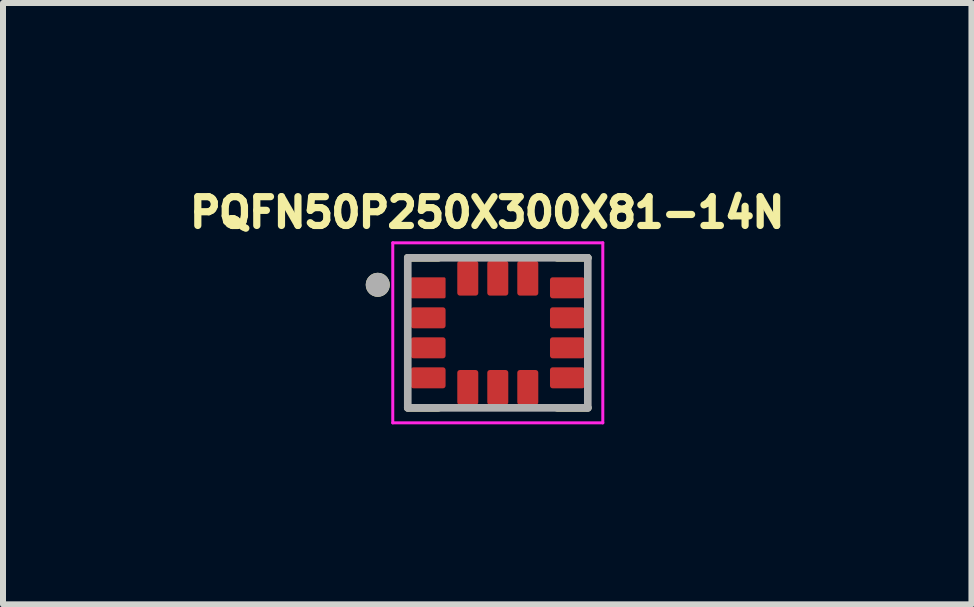
<source format=kicad_pcb>
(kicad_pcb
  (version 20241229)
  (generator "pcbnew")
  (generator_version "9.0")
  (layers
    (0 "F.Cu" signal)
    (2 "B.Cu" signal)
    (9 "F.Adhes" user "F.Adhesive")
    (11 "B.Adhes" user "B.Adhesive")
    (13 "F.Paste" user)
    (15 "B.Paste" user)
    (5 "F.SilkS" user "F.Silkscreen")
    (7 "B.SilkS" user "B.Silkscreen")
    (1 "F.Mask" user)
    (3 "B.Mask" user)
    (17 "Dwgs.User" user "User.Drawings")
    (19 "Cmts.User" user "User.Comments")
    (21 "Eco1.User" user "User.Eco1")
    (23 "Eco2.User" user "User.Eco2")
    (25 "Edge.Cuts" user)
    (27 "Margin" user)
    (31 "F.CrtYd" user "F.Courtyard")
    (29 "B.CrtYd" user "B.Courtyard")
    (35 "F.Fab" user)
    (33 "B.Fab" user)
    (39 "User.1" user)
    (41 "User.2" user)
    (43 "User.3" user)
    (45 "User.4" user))
  (footprint "PQFN50P250X300X81-14N"
    (layer "F.Cu")
    (at 5.245 2.496)
    (property "Reference" "PQFN50P250X300X81-14N" (at -0.176 -2.005 0) (layer "F.SilkS") (effects (font (size 0.48 0.48) (thickness 0.15))))
    (attr smd)
    (fp_poly (pts (xy -1.5 -0.6) (xy -1.5 -0.9) (xy -1.5 -0.904) (xy -1.5 -0.908) (xy -1.499 -0.912) (xy -1.498 -0.916) (xy -1.497 -0.919) (xy -1.496 -0.923) (xy -1.495 -0.927) (xy -1.494 -0.931) (xy -1.492 -0.934) (xy -1.49 -0.938) (xy -1.488 -0.941) (xy -1.486 -0.944) (xy -1.483 -0.947) (xy -1.481 -0.95) (xy -1.478 -0.953) (xy -1.475 -0.956) (xy -1.472 -0.958) (xy -1.469 -0.961) (xy -1.466 -0.963) (xy -1.462 -0.965) (xy -1.459 -0.967) (xy -1.456 -0.969) (xy -1.452 -0.97) (xy -1.448 -0.971) (xy -1.444 -0.972) (xy -1.441 -0.973) (xy -1.437 -0.974) (xy -1.433 -0.975) (xy -1.429 -0.975) (xy -1.425 -0.975) (xy -0.895 -0.975) (xy -0.891 -0.975) (xy -0.887 -0.975) (xy -0.883 -0.974) (xy -0.879 -0.973) (xy -0.876 -0.972) (xy -0.872 -0.971) (xy -0.868 -0.97) (xy -0.864 -0.969) (xy -0.861 -0.967) (xy -0.857 -0.965) (xy -0.854 -0.963) (xy -0.851 -0.961) (xy -0.848 -0.958) (xy -0.845 -0.956) (xy -0.842 -0.953) (xy -0.839 -0.95) (xy -0.837 -0.947) (xy -0.834 -0.944) (xy -0.832 -0.941) (xy -0.83 -0.937) (xy -0.828 -0.934) (xy -0.826 -0.931) (xy -0.825 -0.927) (xy -0.824 -0.923) (xy -0.823 -0.919) (xy -0.822 -0.916) (xy -0.821 -0.912) (xy -0.82 -0.908) (xy -0.82 -0.904) (xy -0.82 -0.9) (xy -0.82 -0.6) (xy -0.82 -0.596) (xy -0.82 -0.592) (xy -0.821 -0.588) (xy -0.822 -0.584) (xy -0.823 -0.581) (xy -0.824 -0.577) (xy -0.825 -0.573) (xy -0.826 -0.569) (xy -0.828 -0.566) (xy -0.83 -0.563) (xy -0.832 -0.559) (xy -0.834 -0.556) (xy -0.837 -0.553) (xy -0.839 -0.55) (xy -0.842 -0.547) (xy -0.845 -0.544) (xy -0.848 -0.542) (xy -0.851 -0.539) (xy -0.854 -0.537) (xy -0.857 -0.535) (xy -0.861 -0.533) (xy -0.864 -0.531) (xy -0.868 -0.53) (xy -0.872 -0.529) (xy -0.876 -0.528) (xy -0.879 -0.527) (xy -0.883 -0.526) (xy -0.887 -0.525) (xy -0.891 -0.525) (xy -0.895 -0.525) (xy -1.425 -0.525) (xy -1.429 -0.525) (xy -1.433 -0.525) (xy -1.437 -0.526) (xy -1.441 -0.527) (xy -1.444 -0.528) (xy -1.448 -0.529) (xy -1.452 -0.53) (xy -1.456 -0.531) (xy -1.459 -0.533) (xy -1.462 -0.535) (xy -1.466 -0.537) (xy -1.469 -0.539) (xy -1.472 -0.542) (xy -1.475 -0.544) (xy -1.478 -0.547) (xy -1.481 -0.55) (xy -1.483 -0.553) (xy -1.486 -0.556) (xy -1.488 -0.559) (xy -1.49 -0.563) (xy -1.492 -0.566) (xy -1.494 -0.569) (xy -1.495 -0.573) (xy -1.496 -0.577) (xy -1.497 -0.581) (xy -1.498 -0.584) (xy -1.499 -0.588) (xy -1.5 -0.592) (xy -1.5 -0.596) (xy -1.5 -0.6)) (stroke (width 0.01) (type solid)) (fill yes) (layer "F.Mask"))
    (fp_poly (pts (xy -0.895 -0.025) (xy -1.425 -0.025) (xy -1.429 -0.025) (xy -1.433 -0.025) (xy -1.437 -0.026) (xy -1.441 -0.027) (xy -1.444 -0.028) (xy -1.448 -0.029) (xy -1.452 -0.03) (xy -1.456 -0.031) (xy -1.459 -0.033) (xy -1.462 -0.035) (xy -1.466 -0.037) (xy -1.469 -0.039) (xy -1.472 -0.042) (xy -1.475 -0.044) (xy -1.478 -0.047) (xy -1.481 -0.05) (xy -1.483 -0.053) (xy -1.486 -0.056) (xy -1.488 -0.059) (xy -1.49 -0.062) (xy -1.492 -0.066) (xy -1.494 -0.069) (xy -1.495 -0.073) (xy -1.496 -0.077) (xy -1.497 -0.081) (xy -1.498 -0.084) (xy -1.499 -0.088) (xy -1.5 -0.092) (xy -1.5 -0.096) (xy -1.5 -0.1) (xy -1.5 -0.4) (xy -1.5 -0.404) (xy -1.5 -0.408) (xy -1.499 -0.412) (xy -1.498 -0.416) (xy -1.497 -0.419) (xy -1.496 -0.423) (xy -1.495 -0.427) (xy -1.494 -0.431) (xy -1.492 -0.434) (xy -1.49 -0.438) (xy -1.488 -0.441) (xy -1.486 -0.444) (xy -1.483 -0.447) (xy -1.481 -0.45) (xy -1.478 -0.453) (xy -1.475 -0.456) (xy -1.472 -0.458) (xy -1.469 -0.461) (xy -1.466 -0.463) (xy -1.462 -0.465) (xy -1.459 -0.467) (xy -1.456 -0.469) (xy -1.452 -0.47) (xy -1.448 -0.471) (xy -1.444 -0.472) (xy -1.441 -0.473) (xy -1.437 -0.474) (xy -1.433 -0.475) (xy -1.429 -0.475) (xy -1.425 -0.475) (xy -0.895 -0.475) (xy -0.891 -0.475) (xy -0.887 -0.475) (xy -0.883 -0.474) (xy -0.879 -0.473) (xy -0.876 -0.472) (xy -0.872 -0.471) (xy -0.868 -0.47) (xy -0.864 -0.469) (xy -0.861 -0.467) (xy -0.857 -0.465) (xy -0.854 -0.463) (xy -0.851 -0.461) (xy -0.848 -0.458) (xy -0.845 -0.456) (xy -0.842 -0.453) (xy -0.839 -0.45) (xy -0.837 -0.447) (xy -0.834 -0.444) (xy -0.832 -0.441) (xy -0.83 -0.437) (xy -0.828 -0.434) (xy -0.826 -0.431) (xy -0.825 -0.427) (xy -0.824 -0.423) (xy -0.823 -0.419) (xy -0.822 -0.416) (xy -0.821 -0.412) (xy -0.82 -0.408) (xy -0.82 -0.404) (xy -0.82 -0.4) (xy -0.82 -0.1) (xy -0.82 -0.096) (xy -0.82 -0.092) (xy -0.821 -0.088) (xy -0.822 -0.084) (xy -0.823 -0.081) (xy -0.824 -0.077) (xy -0.825 -0.073) (xy -0.826 -0.069) (xy -0.828 -0.066) (xy -0.83 -0.063) (xy -0.832 -0.059) (xy -0.834 -0.056) (xy -0.837 -0.053) (xy -0.839 -0.05) (xy -0.842 -0.047) (xy -0.845 -0.044) (xy -0.848 -0.042) (xy -0.851 -0.039) (xy -0.854 -0.037) (xy -0.857 -0.035) (xy -0.861 -0.033) (xy -0.864 -0.031) (xy -0.868 -0.03) (xy -0.872 -0.029) (xy -0.876 -0.028) (xy -0.879 -0.027) (xy -0.883 -0.026) (xy -0.887 -0.025) (xy -0.891 -0.025) (xy -0.895 -0.025)) (stroke (width 0.01) (type solid)) (fill yes) (layer "F.Mask"))
    (fp_poly (pts (xy -0.82 0.1) (xy -0.82 0.4) (xy -0.82 0.404) (xy -0.82 0.408) (xy -0.821 0.412) (xy -0.822 0.416) (xy -0.823 0.419) (xy -0.824 0.423) (xy -0.825 0.427) (xy -0.826 0.431) (xy -0.828 0.434) (xy -0.83 0.437) (xy -0.832 0.441) (xy -0.834 0.444) (xy -0.837 0.447) (xy -0.839 0.45) (xy -0.842 0.453) (xy -0.845 0.456) (xy -0.848 0.458) (xy -0.851 0.461) (xy -0.854 0.463) (xy -0.857 0.465) (xy -0.861 0.467) (xy -0.864 0.469) (xy -0.868 0.47) (xy -0.872 0.471) (xy -0.876 0.472) (xy -0.879 0.473) (xy -0.883 0.474) (xy -0.887 0.475) (xy -0.891 0.475) (xy -0.895 0.475) (xy -1.425 0.475) (xy -1.429 0.475) (xy -1.433 0.475) (xy -1.437 0.474) (xy -1.441 0.473) (xy -1.444 0.472) (xy -1.448 0.471) (xy -1.452 0.47) (xy -1.456 0.469) (xy -1.459 0.467) (xy -1.462 0.465) (xy -1.466 0.463) (xy -1.469 0.461) (xy -1.472 0.458) (xy -1.475 0.456) (xy -1.478 0.453) (xy -1.481 0.45) (xy -1.483 0.447) (xy -1.486 0.444) (xy -1.488 0.441) (xy -1.49 0.438) (xy -1.492 0.434) (xy -1.494 0.431) (xy -1.495 0.427) (xy -1.496 0.423) (xy -1.497 0.419) (xy -1.498 0.416) (xy -1.499 0.412) (xy -1.5 0.408) (xy -1.5 0.404) (xy -1.5 0.4) (xy -1.5 0.1) (xy -1.5 0.096) (xy -1.5 0.092) (xy -1.499 0.088) (xy -1.498 0.084) (xy -1.497 0.081) (xy -1.496 0.077) (xy -1.495 0.073) (xy -1.494 0.069) (xy -1.492 0.066) (xy -1.49 0.062) (xy -1.488 0.059) (xy -1.486 0.056) (xy -1.483 0.053) (xy -1.481 0.05) (xy -1.478 0.047) (xy -1.475 0.044) (xy -1.472 0.042) (xy -1.469 0.039) (xy -1.466 0.037) (xy -1.462 0.035) (xy -1.459 0.033) (xy -1.456 0.031) (xy -1.452 0.03) (xy -1.448 0.029) (xy -1.444 0.028) (xy -1.441 0.027) (xy -1.437 0.026) (xy -1.433 0.025) (xy -1.429 0.025) (xy -1.425 0.025) (xy -0.895 0.025) (xy -0.891 0.025) (xy -0.887 0.025) (xy -0.883 0.026) (xy -0.879 0.027) (xy -0.876 0.028) (xy -0.872 0.029) (xy -0.868 0.03) (xy -0.864 0.031) (xy -0.861 0.033) (xy -0.857 0.035) (xy -0.854 0.037) (xy -0.851 0.039) (xy -0.848 0.042) (xy -0.845 0.044) (xy -0.842 0.047) (xy -0.839 0.05) (xy -0.837 0.053) (xy -0.834 0.056) (xy -0.832 0.059) (xy -0.83 0.063) (xy -0.828 0.066) (xy -0.826 0.069) (xy -0.825 0.073) (xy -0.824 0.077) (xy -0.823 0.081) (xy -0.822 0.084) (xy -0.821 0.088) (xy -0.82 0.092) (xy -0.82 0.096) (xy -0.82 0.1)) (stroke (width 0.01) (type solid)) (fill yes) (layer "F.Mask"))
    (fp_poly (pts (xy -0.82 0.6) (xy -0.82 0.9) (xy -0.82 0.904) (xy -0.82 0.908) (xy -0.821 0.912) (xy -0.822 0.916) (xy -0.823 0.919) (xy -0.824 0.923) (xy -0.825 0.927) (xy -0.826 0.931) (xy -0.828 0.934) (xy -0.83 0.937) (xy -0.832 0.941) (xy -0.834 0.944) (xy -0.837 0.947) (xy -0.839 0.95) (xy -0.842 0.953) (xy -0.845 0.956) (xy -0.848 0.958) (xy -0.851 0.961) (xy -0.854 0.963) (xy -0.857 0.965) (xy -0.861 0.967) (xy -0.864 0.969) (xy -0.868 0.97) (xy -0.872 0.971) (xy -0.876 0.972) (xy -0.879 0.973) (xy -0.883 0.974) (xy -0.887 0.975) (xy -0.891 0.975) (xy -0.895 0.975) (xy -1.425 0.975) (xy -1.429 0.975) (xy -1.433 0.975) (xy -1.437 0.974) (xy -1.441 0.973) (xy -1.444 0.972) (xy -1.448 0.971) (xy -1.452 0.97) (xy -1.456 0.969) (xy -1.459 0.967) (xy -1.462 0.965) (xy -1.466 0.963) (xy -1.469 0.961) (xy -1.472 0.958) (xy -1.475 0.956) (xy -1.478 0.953) (xy -1.481 0.95) (xy -1.483 0.947) (xy -1.486 0.944) (xy -1.488 0.941) (xy -1.49 0.938) (xy -1.492 0.934) (xy -1.494 0.931) (xy -1.495 0.927) (xy -1.496 0.923) (xy -1.497 0.919) (xy -1.498 0.916) (xy -1.499 0.912) (xy -1.5 0.908) (xy -1.5 0.904) (xy -1.5 0.9) (xy -1.5 0.6) (xy -1.5 0.596) (xy -1.5 0.592) (xy -1.499 0.588) (xy -1.498 0.584) (xy -1.497 0.581) (xy -1.496 0.577) (xy -1.495 0.573) (xy -1.494 0.569) (xy -1.492 0.566) (xy -1.49 0.563) (xy -1.488 0.559) (xy -1.486 0.556) (xy -1.483 0.553) (xy -1.481 0.55) (xy -1.478 0.547) (xy -1.475 0.544) (xy -1.472 0.542) (xy -1.469 0.539) (xy -1.466 0.537) (xy -1.462 0.535) (xy -1.459 0.533) (xy -1.456 0.531) (xy -1.452 0.53) (xy -1.448 0.529) (xy -1.444 0.528) (xy -1.441 0.527) (xy -1.437 0.526) (xy -1.433 0.525) (xy -1.429 0.525) (xy -1.425 0.525) (xy -0.895 0.525) (xy -0.891 0.525) (xy -0.887 0.525) (xy -0.883 0.526) (xy -0.879 0.527) (xy -0.876 0.528) (xy -0.872 0.529) (xy -0.868 0.53) (xy -0.864 0.531) (xy -0.861 0.533) (xy -0.857 0.535) (xy -0.854 0.537) (xy -0.851 0.539) (xy -0.848 0.542) (xy -0.845 0.544) (xy -0.842 0.547) (xy -0.839 0.55) (xy -0.837 0.553) (xy -0.834 0.556) (xy -0.832 0.559) (xy -0.83 0.563) (xy -0.828 0.566) (xy -0.826 0.569) (xy -0.825 0.573) (xy -0.824 0.577) (xy -0.823 0.581) (xy -0.822 0.584) (xy -0.821 0.588) (xy -0.82 0.592) (xy -0.82 0.596) (xy -0.82 0.6)) (stroke (width 0.01) (type solid)) (fill yes) (layer "F.Mask"))
    (fp_poly (pts (xy -0.35 1.25) (xy -0.65 1.25) (xy -0.654 1.25) (xy -0.658 1.25) (xy -0.662 1.249) (xy -0.666 1.248) (xy -0.669 1.247) (xy -0.673 1.246) (xy -0.677 1.245) (xy -0.681 1.244) (xy -0.684 1.242) (xy -0.688 1.24) (xy -0.691 1.238) (xy -0.694 1.236) (xy -0.697 1.233) (xy -0.7 1.231) (xy -0.703 1.228) (xy -0.706 1.225) (xy -0.708 1.222) (xy -0.711 1.219) (xy -0.713 1.216) (xy -0.715 1.212) (xy -0.717 1.209) (xy -0.719 1.206) (xy -0.72 1.202) (xy -0.721 1.198) (xy -0.722 1.194) (xy -0.723 1.191) (xy -0.724 1.187) (xy -0.725 1.183) (xy -0.725 1.179) (xy -0.725 1.175) (xy -0.725 0.645) (xy -0.725 0.641) (xy -0.725 0.637) (xy -0.724 0.633) (xy -0.723 0.629) (xy -0.722 0.626) (xy -0.721 0.622) (xy -0.72 0.618) (xy -0.719 0.614) (xy -0.717 0.611) (xy -0.715 0.607) (xy -0.713 0.604) (xy -0.711 0.601) (xy -0.708 0.598) (xy -0.706 0.595) (xy -0.703 0.592) (xy -0.7 0.589) (xy -0.697 0.587) (xy -0.694 0.584) (xy -0.691 0.582) (xy -0.687 0.58) (xy -0.684 0.578) (xy -0.681 0.576) (xy -0.677 0.575) (xy -0.673 0.574) (xy -0.669 0.573) (xy -0.666 0.572) (xy -0.662 0.571) (xy -0.658 0.57) (xy -0.654 0.57) (xy -0.65 0.57) (xy -0.35 0.57) (xy -0.346 0.57) (xy -0.342 0.57) (xy -0.338 0.571) (xy -0.334 0.572) (xy -0.331 0.573) (xy -0.327 0.574) (xy -0.323 0.575) (xy -0.319 0.576) (xy -0.316 0.578) (xy -0.313 0.58) (xy -0.309 0.582) (xy -0.306 0.584) (xy -0.303 0.587) (xy -0.3 0.589) (xy -0.297 0.592) (xy -0.294 0.595) (xy -0.292 0.598) (xy -0.289 0.601) (xy -0.287 0.604) (xy -0.285 0.607) (xy -0.283 0.611) (xy -0.281 0.614) (xy -0.28 0.618) (xy -0.279 0.622) (xy -0.278 0.626) (xy -0.277 0.629) (xy -0.276 0.633) (xy -0.275 0.637) (xy -0.275 0.641) (xy -0.275 0.645) (xy -0.275 1.175) (xy -0.275 1.179) (xy -0.275 1.183) (xy -0.276 1.187) (xy -0.277 1.191) (xy -0.278 1.194) (xy -0.279 1.198) (xy -0.28 1.202) (xy -0.281 1.206) (xy -0.283 1.209) (xy -0.285 1.212) (xy -0.287 1.216) (xy -0.289 1.219) (xy -0.292 1.222) (xy -0.294 1.225) (xy -0.297 1.228) (xy -0.3 1.231) (xy -0.303 1.233) (xy -0.306 1.236) (xy -0.309 1.238) (xy -0.313 1.24) (xy -0.316 1.242) (xy -0.319 1.244) (xy -0.323 1.245) (xy -0.327 1.246) (xy -0.331 1.247) (xy -0.334 1.248) (xy -0.338 1.249) (xy -0.342 1.25) (xy -0.346 1.25) (xy -0.35 1.25)) (stroke (width 0.01) (type solid)) (fill yes) (layer "F.Mask"))
    (fp_poly (pts (xy -0.275 -1.175) (xy -0.275 -0.645) (xy -0.275 -0.641) (xy -0.275 -0.637) (xy -0.276 -0.633) (xy -0.277 -0.629) (xy -0.278 -0.626) (xy -0.279 -0.622) (xy -0.28 -0.618) (xy -0.281 -0.614) (xy -0.283 -0.611) (xy -0.285 -0.607) (xy -0.287 -0.604) (xy -0.289 -0.601) (xy -0.292 -0.598) (xy -0.294 -0.595) (xy -0.297 -0.592) (xy -0.3 -0.589) (xy -0.303 -0.587) (xy -0.306 -0.584) (xy -0.309 -0.582) (xy -0.313 -0.58) (xy -0.316 -0.578) (xy -0.319 -0.576) (xy -0.323 -0.575) (xy -0.327 -0.574) (xy -0.331 -0.573) (xy -0.334 -0.572) (xy -0.338 -0.571) (xy -0.342 -0.57) (xy -0.346 -0.57) (xy -0.35 -0.57) (xy -0.65 -0.57) (xy -0.654 -0.57) (xy -0.658 -0.57) (xy -0.662 -0.571) (xy -0.666 -0.572) (xy -0.669 -0.573) (xy -0.673 -0.574) (xy -0.677 -0.575) (xy -0.681 -0.576) (xy -0.684 -0.578) (xy -0.688 -0.58) (xy -0.691 -0.582) (xy -0.694 -0.584) (xy -0.697 -0.587) (xy -0.7 -0.589) (xy -0.703 -0.592) (xy -0.706 -0.595) (xy -0.708 -0.598) (xy -0.711 -0.601) (xy -0.713 -0.604) (xy -0.715 -0.607) (xy -0.717 -0.611) (xy -0.719 -0.614) (xy -0.72 -0.618) (xy -0.721 -0.622) (xy -0.722 -0.626) (xy -0.723 -0.629) (xy -0.724 -0.633) (xy -0.725 -0.637) (xy -0.725 -0.641) (xy -0.725 -0.645) (xy -0.725 -1.175) (xy -0.725 -1.179) (xy -0.725 -1.183) (xy -0.724 -1.187) (xy -0.723 -1.191) (xy -0.722 -1.194) (xy -0.721 -1.198) (xy -0.72 -1.202) (xy -0.719 -1.206) (xy -0.717 -1.209) (xy -0.715 -1.212) (xy -0.713 -1.216) (xy -0.711 -1.219) (xy -0.708 -1.222) (xy -0.706 -1.225) (xy -0.703 -1.228) (xy -0.7 -1.231) (xy -0.697 -1.233) (xy -0.694 -1.236) (xy -0.691 -1.238) (xy -0.688 -1.24) (xy -0.684 -1.242) (xy -0.681 -1.244) (xy -0.677 -1.245) (xy -0.673 -1.246) (xy -0.669 -1.247) (xy -0.666 -1.248) (xy -0.662 -1.249) (xy -0.658 -1.25) (xy -0.654 -1.25) (xy -0.65 -1.25) (xy -0.35 -1.25) (xy -0.346 -1.25) (xy -0.342 -1.25) (xy -0.338 -1.249) (xy -0.334 -1.248) (xy -0.331 -1.247) (xy -0.327 -1.246) (xy -0.323 -1.245) (xy -0.319 -1.244) (xy -0.316 -1.242) (xy -0.313 -1.24) (xy -0.309 -1.238) (xy -0.306 -1.236) (xy -0.303 -1.233) (xy -0.3 -1.231) (xy -0.297 -1.228) (xy -0.294 -1.225) (xy -0.292 -1.222) (xy -0.289 -1.219) (xy -0.287 -1.216) (xy -0.285 -1.212) (xy -0.283 -1.209) (xy -0.281 -1.206) (xy -0.28 -1.202) (xy -0.279 -1.198) (xy -0.278 -1.194) (xy -0.277 -1.191) (xy -0.276 -1.187) (xy -0.275 -1.183) (xy -0.275 -1.179) (xy -0.275 -1.175)) (stroke (width 0.01) (type solid)) (fill yes) (layer "F.Mask"))
    (fp_poly (pts (xy 0.15 -0.57) (xy -0.15 -0.57) (xy -0.154 -0.57) (xy -0.158 -0.57) (xy -0.162 -0.571) (xy -0.166 -0.572) (xy -0.169 -0.573) (xy -0.173 -0.574) (xy -0.177 -0.575) (xy -0.181 -0.576) (xy -0.184 -0.578) (xy -0.188 -0.58) (xy -0.191 -0.582) (xy -0.194 -0.584) (xy -0.197 -0.587) (xy -0.2 -0.589) (xy -0.203 -0.592) (xy -0.206 -0.595) (xy -0.208 -0.598) (xy -0.211 -0.601) (xy -0.213 -0.604) (xy -0.215 -0.607) (xy -0.217 -0.611) (xy -0.219 -0.614) (xy -0.22 -0.618) (xy -0.221 -0.622) (xy -0.222 -0.626) (xy -0.223 -0.629) (xy -0.224 -0.633) (xy -0.225 -0.637) (xy -0.225 -0.641) (xy -0.225 -0.645) (xy -0.225 -1.175) (xy -0.225 -1.179) (xy -0.225 -1.183) (xy -0.224 -1.187) (xy -0.223 -1.191) (xy -0.222 -1.194) (xy -0.221 -1.198) (xy -0.22 -1.202) (xy -0.219 -1.206) (xy -0.217 -1.209) (xy -0.215 -1.212) (xy -0.213 -1.216) (xy -0.211 -1.219) (xy -0.208 -1.222) (xy -0.206 -1.225) (xy -0.203 -1.228) (xy -0.2 -1.231) (xy -0.197 -1.233) (xy -0.194 -1.236) (xy -0.191 -1.238) (xy -0.188 -1.24) (xy -0.184 -1.242) (xy -0.181 -1.244) (xy -0.177 -1.245) (xy -0.173 -1.246) (xy -0.169 -1.247) (xy -0.166 -1.248) (xy -0.162 -1.249) (xy -0.158 -1.25) (xy -0.154 -1.25) (xy -0.15 -1.25) (xy 0.15 -1.25) (xy 0.154 -1.25) (xy 0.158 -1.25) (xy 0.162 -1.249) (xy 0.166 -1.248) (xy 0.169 -1.247) (xy 0.173 -1.246) (xy 0.177 -1.245) (xy 0.181 -1.244) (xy 0.184 -1.242) (xy 0.188 -1.24) (xy 0.191 -1.238) (xy 0.194 -1.236) (xy 0.197 -1.233) (xy 0.2 -1.231) (xy 0.203 -1.228) (xy 0.206 -1.225) (xy 0.208 -1.222) (xy 0.211 -1.219) (xy 0.213 -1.216) (xy 0.215 -1.212) (xy 0.217 -1.209) (xy 0.219 -1.206) (xy 0.22 -1.202) (xy 0.221 -1.198) (xy 0.222 -1.194) (xy 0.223 -1.191) (xy 0.224 -1.187) (xy 0.225 -1.183) (xy 0.225 -1.179) (xy 0.225 -1.175) (xy 0.225 -0.645) (xy 0.225 -0.641) (xy 0.225 -0.637) (xy 0.224 -0.633) (xy 0.223 -0.629) (xy 0.222 -0.626) (xy 0.221 -0.622) (xy 0.22 -0.618) (xy 0.219 -0.614) (xy 0.217 -0.611) (xy 0.215 -0.607) (xy 0.213 -0.604) (xy 0.211 -0.601) (xy 0.208 -0.598) (xy 0.206 -0.595) (xy 0.203 -0.592) (xy 0.2 -0.589) (xy 0.197 -0.587) (xy 0.194 -0.584) (xy 0.191 -0.582) (xy 0.188 -0.58) (xy 0.184 -0.578) (xy 0.181 -0.576) (xy 0.177 -0.575) (xy 0.173 -0.574) (xy 0.169 -0.573) (xy 0.166 -0.572) (xy 0.162 -0.571) (xy 0.158 -0.57) (xy 0.154 -0.57) (xy 0.15 -0.57)) (stroke (width 0.01) (type solid)) (fill yes) (layer "F.Mask"))
    (fp_poly (pts (xy 0.15 1.25) (xy -0.15 1.25) (xy -0.154 1.25) (xy -0.158 1.25) (xy -0.162 1.249) (xy -0.166 1.248) (xy -0.169 1.247) (xy -0.173 1.246) (xy -0.177 1.245) (xy -0.181 1.244) (xy -0.184 1.242) (xy -0.188 1.24) (xy -0.191 1.238) (xy -0.194 1.236) (xy -0.197 1.233) (xy -0.2 1.231) (xy -0.203 1.228) (xy -0.206 1.225) (xy -0.208 1.222) (xy -0.211 1.219) (xy -0.213 1.216) (xy -0.215 1.212) (xy -0.217 1.209) (xy -0.219 1.206) (xy -0.22 1.202) (xy -0.221 1.198) (xy -0.222 1.194) (xy -0.223 1.191) (xy -0.224 1.187) (xy -0.225 1.183) (xy -0.225 1.179) (xy -0.225 1.175) (xy -0.225 0.645) (xy -0.225 0.641) (xy -0.225 0.637) (xy -0.224 0.633) (xy -0.223 0.629) (xy -0.222 0.626) (xy -0.221 0.622) (xy -0.22 0.618) (xy -0.219 0.614) (xy -0.217 0.611) (xy -0.215 0.607) (xy -0.213 0.604) (xy -0.211 0.601) (xy -0.208 0.598) (xy -0.206 0.595) (xy -0.203 0.592) (xy -0.2 0.589) (xy -0.197 0.587) (xy -0.194 0.584) (xy -0.191 0.582) (xy -0.187 0.58) (xy -0.184 0.578) (xy -0.181 0.576) (xy -0.177 0.575) (xy -0.173 0.574) (xy -0.169 0.573) (xy -0.166 0.572) (xy -0.162 0.571) (xy -0.158 0.57) (xy -0.154 0.57) (xy -0.15 0.57) (xy 0.15 0.57) (xy 0.154 0.57) (xy 0.158 0.57) (xy 0.162 0.571) (xy 0.166 0.572) (xy 0.169 0.573) (xy 0.173 0.574) (xy 0.177 0.575) (xy 0.181 0.576) (xy 0.184 0.578) (xy 0.188 0.58) (xy 0.191 0.582) (xy 0.194 0.584) (xy 0.197 0.587) (xy 0.2 0.589) (xy 0.203 0.592) (xy 0.206 0.595) (xy 0.208 0.598) (xy 0.211 0.601) (xy 0.213 0.604) (xy 0.215 0.607) (xy 0.217 0.611) (xy 0.219 0.614) (xy 0.22 0.618) (xy 0.221 0.622) (xy 0.222 0.626) (xy 0.223 0.629) (xy 0.224 0.633) (xy 0.225 0.637) (xy 0.225 0.641) (xy 0.225 0.645) (xy 0.225 1.175) (xy 0.225 1.179) (xy 0.225 1.183) (xy 0.224 1.187) (xy 0.223 1.191) (xy 0.222 1.194) (xy 0.221 1.198) (xy 0.22 1.202) (xy 0.219 1.206) (xy 0.217 1.209) (xy 0.215 1.212) (xy 0.213 1.216) (xy 0.211 1.219) (xy 0.208 1.222) (xy 0.206 1.225) (xy 0.203 1.228) (xy 0.2 1.231) (xy 0.197 1.233) (xy 0.194 1.236) (xy 0.191 1.238) (xy 0.188 1.24) (xy 0.184 1.242) (xy 0.181 1.244) (xy 0.177 1.245) (xy 0.173 1.246) (xy 0.169 1.247) (xy 0.166 1.248) (xy 0.162 1.249) (xy 0.158 1.25) (xy 0.154 1.25) (xy 0.15 1.25)) (stroke (width 0.01) (type solid)) (fill yes) (layer "F.Mask"))
    (fp_poly (pts (xy 0.275 -0.645) (xy 0.275 -1.175) (xy 0.275 -1.179) (xy 0.275 -1.183) (xy 0.276 -1.187) (xy 0.277 -1.191) (xy 0.278 -1.194) (xy 0.279 -1.198) (xy 0.28 -1.202) (xy 0.281 -1.206) (xy 0.283 -1.209) (xy 0.285 -1.212) (xy 0.287 -1.216) (xy 0.289 -1.219) (xy 0.292 -1.222) (xy 0.294 -1.225) (xy 0.297 -1.228) (xy 0.3 -1.231) (xy 0.303 -1.233) (xy 0.306 -1.236) (xy 0.309 -1.238) (xy 0.313 -1.24) (xy 0.316 -1.242) (xy 0.319 -1.244) (xy 0.323 -1.245) (xy 0.327 -1.246) (xy 0.331 -1.247) (xy 0.334 -1.248) (xy 0.338 -1.249) (xy 0.342 -1.25) (xy 0.346 -1.25) (xy 0.35 -1.25) (xy 0.65 -1.25) (xy 0.654 -1.25) (xy 0.658 -1.25) (xy 0.662 -1.249) (xy 0.666 -1.248) (xy 0.669 -1.247) (xy 0.673 -1.246) (xy 0.677 -1.245) (xy 0.681 -1.244) (xy 0.684 -1.242) (xy 0.688 -1.24) (xy 0.691 -1.238) (xy 0.694 -1.236) (xy 0.697 -1.233) (xy 0.7 -1.231) (xy 0.703 -1.228) (xy 0.706 -1.225) (xy 0.708 -1.222) (xy 0.711 -1.219) (xy 0.713 -1.216) (xy 0.715 -1.212) (xy 0.717 -1.209) (xy 0.719 -1.206) (xy 0.72 -1.202) (xy 0.721 -1.198) (xy 0.722 -1.194) (xy 0.723 -1.191) (xy 0.724 -1.187) (xy 0.725 -1.183) (xy 0.725 -1.179) (xy 0.725 -1.175) (xy 0.725 -0.645) (xy 0.725 -0.641) (xy 0.725 -0.637) (xy 0.724 -0.633) (xy 0.723 -0.629) (xy 0.722 -0.626) (xy 0.721 -0.622) (xy 0.72 -0.618) (xy 0.719 -0.614) (xy 0.717 -0.611) (xy 0.715 -0.607) (xy 0.713 -0.604) (xy 0.711 -0.601) (xy 0.708 -0.598) (xy 0.706 -0.595) (xy 0.703 -0.592) (xy 0.7 -0.589) (xy 0.697 -0.587) (xy 0.694 -0.584) (xy 0.691 -0.582) (xy 0.687 -0.58) (xy 0.684 -0.578) (xy 0.681 -0.576) (xy 0.677 -0.575) (xy 0.673 -0.574) (xy 0.669 -0.573) (xy 0.666 -0.572) (xy 0.662 -0.571) (xy 0.658 -0.57) (xy 0.654 -0.57) (xy 0.65 -0.57) (xy 0.35 -0.57) (xy 0.346 -0.57) (xy 0.342 -0.57) (xy 0.338 -0.571) (xy 0.334 -0.572) (xy 0.331 -0.573) (xy 0.327 -0.574) (xy 0.323 -0.575) (xy 0.319 -0.576) (xy 0.316 -0.578) (xy 0.313 -0.58) (xy 0.309 -0.582) (xy 0.306 -0.584) (xy 0.303 -0.587) (xy 0.3 -0.589) (xy 0.297 -0.592) (xy 0.294 -0.595) (xy 0.292 -0.598) (xy 0.289 -0.601) (xy 0.287 -0.604) (xy 0.285 -0.607) (xy 0.283 -0.611) (xy 0.281 -0.614) (xy 0.28 -0.618) (xy 0.279 -0.622) (xy 0.278 -0.626) (xy 0.277 -0.629) (xy 0.276 -0.633) (xy 0.275 -0.637) (xy 0.275 -0.641) (xy 0.275 -0.645)) (stroke (width 0.01) (type solid)) (fill yes) (layer "F.Mask"))
    (fp_poly (pts (xy 0.65 1.25) (xy 0.35 1.25) (xy 0.346 1.25) (xy 0.342 1.25) (xy 0.338 1.249) (xy 0.334 1.248) (xy 0.331 1.247) (xy 0.327 1.246) (xy 0.323 1.245) (xy 0.319 1.244) (xy 0.316 1.242) (xy 0.313 1.24) (xy 0.309 1.238) (xy 0.306 1.236) (xy 0.303 1.233) (xy 0.3 1.231) (xy 0.297 1.228) (xy 0.294 1.225) (xy 0.292 1.222) (xy 0.289 1.219) (xy 0.287 1.216) (xy 0.285 1.212) (xy 0.283 1.209) (xy 0.281 1.206) (xy 0.28 1.202) (xy 0.279 1.198) (xy 0.278 1.194) (xy 0.277 1.191) (xy 0.276 1.187) (xy 0.275 1.183) (xy 0.275 1.179) (xy 0.275 1.175) (xy 0.275 0.645) (xy 0.275 0.641) (xy 0.275 0.637) (xy 0.276 0.633) (xy 0.277 0.629) (xy 0.278 0.626) (xy 0.279 0.622) (xy 0.28 0.618) (xy 0.281 0.614) (xy 0.283 0.611) (xy 0.285 0.607) (xy 0.287 0.604) (xy 0.289 0.601) (xy 0.292 0.598) (xy 0.294 0.595) (xy 0.297 0.592) (xy 0.3 0.589) (xy 0.303 0.587) (xy 0.306 0.584) (xy 0.309 0.582) (xy 0.313 0.58) (xy 0.316 0.578) (xy 0.319 0.576) (xy 0.323 0.575) (xy 0.327 0.574) (xy 0.331 0.573) (xy 0.334 0.572) (xy 0.338 0.571) (xy 0.342 0.57) (xy 0.346 0.57) (xy 0.35 0.57) (xy 0.65 0.57) (xy 0.654 0.57) (xy 0.658 0.57) (xy 0.662 0.571) (xy 0.666 0.572) (xy 0.669 0.573) (xy 0.673 0.574) (xy 0.677 0.575) (xy 0.681 0.576) (xy 0.684 0.578) (xy 0.687 0.58) (xy 0.691 0.582) (xy 0.694 0.584) (xy 0.697 0.587) (xy 0.7 0.589) (xy 0.703 0.592) (xy 0.706 0.595) (xy 0.708 0.598) (xy 0.711 0.601) (xy 0.713 0.604) (xy 0.715 0.607) (xy 0.717 0.611) (xy 0.719 0.614) (xy 0.72 0.618) (xy 0.721 0.622) (xy 0.722 0.626) (xy 0.723 0.629) (xy 0.724 0.633) (xy 0.725 0.637) (xy 0.725 0.641) (xy 0.725 0.645) (xy 0.725 1.175) (xy 0.725 1.179) (xy 0.725 1.183) (xy 0.724 1.187) (xy 0.723 1.191) (xy 0.722 1.194) (xy 0.721 1.198) (xy 0.72 1.202) (xy 0.719 1.206) (xy 0.717 1.209) (xy 0.715 1.212) (xy 0.713 1.216) (xy 0.711 1.219) (xy 0.708 1.222) (xy 0.706 1.225) (xy 0.703 1.228) (xy 0.7 1.231) (xy 0.697 1.233) (xy 0.694 1.236) (xy 0.691 1.238) (xy 0.688 1.24) (xy 0.684 1.242) (xy 0.681 1.244) (xy 0.677 1.245) (xy 0.673 1.246) (xy 0.669 1.247) (xy 0.666 1.248) (xy 0.662 1.249) (xy 0.658 1.25) (xy 0.654 1.25) (xy 0.65 1.25)) (stroke (width 0.01) (type solid)) (fill yes) (layer "F.Mask"))
    (fp_poly (pts (xy 0.895 -0.975) (xy 1.425 -0.975) (xy 1.429 -0.975) (xy 1.433 -0.975) (xy 1.437 -0.974) (xy 1.441 -0.973) (xy 1.444 -0.972) (xy 1.448 -0.971) (xy 1.452 -0.97) (xy 1.456 -0.969) (xy 1.459 -0.967) (xy 1.462 -0.965) (xy 1.466 -0.963) (xy 1.469 -0.961) (xy 1.472 -0.958) (xy 1.475 -0.956) (xy 1.478 -0.953) (xy 1.481 -0.95) (xy 1.483 -0.947) (xy 1.486 -0.944) (xy 1.488 -0.941) (xy 1.49 -0.938) (xy 1.492 -0.934) (xy 1.494 -0.931) (xy 1.495 -0.927) (xy 1.496 -0.923) (xy 1.497 -0.919) (xy 1.498 -0.916) (xy 1.499 -0.912) (xy 1.5 -0.908) (xy 1.5 -0.904) (xy 1.5 -0.9) (xy 1.5 -0.6) (xy 1.5 -0.596) (xy 1.5 -0.592) (xy 1.499 -0.588) (xy 1.498 -0.584) (xy 1.497 -0.581) (xy 1.496 -0.577) (xy 1.495 -0.573) (xy 1.494 -0.569) (xy 1.492 -0.566) (xy 1.49 -0.563) (xy 1.488 -0.559) (xy 1.486 -0.556) (xy 1.483 -0.553) (xy 1.481 -0.55) (xy 1.478 -0.547) (xy 1.475 -0.544) (xy 1.472 -0.542) (xy 1.469 -0.539) (xy 1.466 -0.537) (xy 1.462 -0.535) (xy 1.459 -0.533) (xy 1.456 -0.531) (xy 1.452 -0.53) (xy 1.448 -0.529) (xy 1.444 -0.528) (xy 1.441 -0.527) (xy 1.437 -0.526) (xy 1.433 -0.525) (xy 1.429 -0.525) (xy 1.425 -0.525) (xy 0.895 -0.525) (xy 0.891 -0.525) (xy 0.887 -0.525) (xy 0.883 -0.526) (xy 0.879 -0.527) (xy 0.876 -0.528) (xy 0.872 -0.529) (xy 0.868 -0.53) (xy 0.864 -0.531) (xy 0.861 -0.533) (xy 0.857 -0.535) (xy 0.854 -0.537) (xy 0.851 -0.539) (xy 0.848 -0.542) (xy 0.845 -0.544) (xy 0.842 -0.547) (xy 0.839 -0.55) (xy 0.837 -0.553) (xy 0.834 -0.556) (xy 0.832 -0.559) (xy 0.83 -0.563) (xy 0.828 -0.566) (xy 0.826 -0.569) (xy 0.825 -0.573) (xy 0.824 -0.577) (xy 0.823 -0.581) (xy 0.822 -0.584) (xy 0.821 -0.588) (xy 0.82 -0.592) (xy 0.82 -0.596) (xy 0.82 -0.6) (xy 0.82 -0.9) (xy 0.82 -0.904) (xy 0.82 -0.908) (xy 0.821 -0.912) (xy 0.822 -0.916) (xy 0.823 -0.919) (xy 0.824 -0.923) (xy 0.825 -0.927) (xy 0.826 -0.931) (xy 0.828 -0.934) (xy 0.83 -0.937) (xy 0.832 -0.941) (xy 0.834 -0.944) (xy 0.837 -0.947) (xy 0.839 -0.95) (xy 0.842 -0.953) (xy 0.845 -0.956) (xy 0.848 -0.958) (xy 0.851 -0.961) (xy 0.854 -0.963) (xy 0.857 -0.965) (xy 0.861 -0.967) (xy 0.864 -0.969) (xy 0.868 -0.97) (xy 0.872 -0.971) (xy 0.876 -0.972) (xy 0.879 -0.973) (xy 0.883 -0.974) (xy 0.887 -0.975) (xy 0.891 -0.975) (xy 0.895 -0.975)) (stroke (width 0.01) (type solid)) (fill yes) (layer "F.Mask"))
    (fp_poly (pts (xy 0.895 -0.475) (xy 1.425 -0.475) (xy 1.429 -0.475) (xy 1.433 -0.475) (xy 1.437 -0.474) (xy 1.441 -0.473) (xy 1.444 -0.472) (xy 1.448 -0.471) (xy 1.452 -0.47) (xy 1.456 -0.469) (xy 1.459 -0.467) (xy 1.462 -0.465) (xy 1.466 -0.463) (xy 1.469 -0.461) (xy 1.472 -0.458) (xy 1.475 -0.456) (xy 1.478 -0.453) (xy 1.481 -0.45) (xy 1.483 -0.447) (xy 1.486 -0.444) (xy 1.488 -0.441) (xy 1.49 -0.438) (xy 1.492 -0.434) (xy 1.494 -0.431) (xy 1.495 -0.427) (xy 1.496 -0.423) (xy 1.497 -0.419) (xy 1.498 -0.416) (xy 1.499 -0.412) (xy 1.5 -0.408) (xy 1.5 -0.404) (xy 1.5 -0.4) (xy 1.5 -0.1) (xy 1.5 -0.096) (xy 1.5 -0.092) (xy 1.499 -0.088) (xy 1.498 -0.084) (xy 1.497 -0.081) (xy 1.496 -0.077) (xy 1.495 -0.073) (xy 1.494 -0.069) (xy 1.492 -0.066) (xy 1.49 -0.062) (xy 1.488 -0.059) (xy 1.486 -0.056) (xy 1.483 -0.053) (xy 1.481 -0.05) (xy 1.478 -0.047) (xy 1.475 -0.044) (xy 1.472 -0.042) (xy 1.469 -0.039) (xy 1.466 -0.037) (xy 1.462 -0.035) (xy 1.459 -0.033) (xy 1.456 -0.031) (xy 1.452 -0.03) (xy 1.448 -0.029) (xy 1.444 -0.028) (xy 1.441 -0.027) (xy 1.437 -0.026) (xy 1.433 -0.025) (xy 1.429 -0.025) (xy 1.425 -0.025) (xy 0.895 -0.025) (xy 0.891 -0.025) (xy 0.887 -0.025) (xy 0.883 -0.026) (xy 0.879 -0.027) (xy 0.876 -0.028) (xy 0.872 -0.029) (xy 0.868 -0.03) (xy 0.864 -0.031) (xy 0.861 -0.033) (xy 0.857 -0.035) (xy 0.854 -0.037) (xy 0.851 -0.039) (xy 0.848 -0.042) (xy 0.845 -0.044) (xy 0.842 -0.047) (xy 0.839 -0.05) (xy 0.837 -0.053) (xy 0.834 -0.056) (xy 0.832 -0.059) (xy 0.83 -0.063) (xy 0.828 -0.066) (xy 0.826 -0.069) (xy 0.825 -0.073) (xy 0.824 -0.077) (xy 0.823 -0.081) (xy 0.822 -0.084) (xy 0.821 -0.088) (xy 0.82 -0.092) (xy 0.82 -0.096) (xy 0.82 -0.1) (xy 0.82 -0.4) (xy 0.82 -0.404) (xy 0.82 -0.408) (xy 0.821 -0.412) (xy 0.822 -0.416) (xy 0.823 -0.419) (xy 0.824 -0.423) (xy 0.825 -0.427) (xy 0.826 -0.431) (xy 0.828 -0.434) (xy 0.83 -0.437) (xy 0.832 -0.441) (xy 0.834 -0.444) (xy 0.837 -0.447) (xy 0.839 -0.45) (xy 0.842 -0.453) (xy 0.845 -0.456) (xy 0.848 -0.458) (xy 0.851 -0.461) (xy 0.854 -0.463) (xy 0.857 -0.465) (xy 0.861 -0.467) (xy 0.864 -0.469) (xy 0.868 -0.47) (xy 0.872 -0.471) (xy 0.876 -0.472) (xy 0.879 -0.473) (xy 0.883 -0.474) (xy 0.887 -0.475) (xy 0.891 -0.475) (xy 0.895 -0.475)) (stroke (width 0.01) (type solid)) (fill yes) (layer "F.Mask"))
    (fp_poly (pts (xy 0.895 0.025) (xy 1.425 0.025) (xy 1.429 0.025) (xy 1.433 0.025) (xy 1.437 0.026) (xy 1.441 0.027) (xy 1.444 0.028) (xy 1.448 0.029) (xy 1.452 0.03) (xy 1.456 0.031) (xy 1.459 0.033) (xy 1.462 0.035) (xy 1.466 0.037) (xy 1.469 0.039) (xy 1.472 0.042) (xy 1.475 0.044) (xy 1.478 0.047) (xy 1.481 0.05) (xy 1.483 0.053) (xy 1.486 0.056) (xy 1.488 0.059) (xy 1.49 0.062) (xy 1.492 0.066) (xy 1.494 0.069) (xy 1.495 0.073) (xy 1.496 0.077) (xy 1.497 0.081) (xy 1.498 0.084) (xy 1.499 0.088) (xy 1.5 0.092) (xy 1.5 0.096) (xy 1.5 0.1) (xy 1.5 0.4) (xy 1.5 0.404) (xy 1.5 0.408) (xy 1.499 0.412) (xy 1.498 0.416) (xy 1.497 0.419) (xy 1.496 0.423) (xy 1.495 0.427) (xy 1.494 0.431) (xy 1.492 0.434) (xy 1.49 0.438) (xy 1.488 0.441) (xy 1.486 0.444) (xy 1.483 0.447) (xy 1.481 0.45) (xy 1.478 0.453) (xy 1.475 0.456) (xy 1.472 0.458) (xy 1.469 0.461) (xy 1.466 0.463) (xy 1.462 0.465) (xy 1.459 0.467) (xy 1.456 0.469) (xy 1.452 0.47) (xy 1.448 0.471) (xy 1.444 0.472) (xy 1.441 0.473) (xy 1.437 0.474) (xy 1.433 0.475) (xy 1.429 0.475) (xy 1.425 0.475) (xy 0.895 0.475) (xy 0.891 0.475) (xy 0.887 0.475) (xy 0.883 0.474) (xy 0.879 0.473) (xy 0.876 0.472) (xy 0.872 0.471) (xy 0.868 0.47) (xy 0.864 0.469) (xy 0.861 0.467) (xy 0.857 0.465) (xy 0.854 0.463) (xy 0.851 0.461) (xy 0.848 0.458) (xy 0.845 0.456) (xy 0.842 0.453) (xy 0.839 0.45) (xy 0.837 0.447) (xy 0.834 0.444) (xy 0.832 0.441) (xy 0.83 0.437) (xy 0.828 0.434) (xy 0.826 0.431) (xy 0.825 0.427) (xy 0.824 0.423) (xy 0.823 0.419) (xy 0.822 0.416) (xy 0.821 0.412) (xy 0.82 0.408) (xy 0.82 0.404) (xy 0.82 0.4) (xy 0.82 0.1) (xy 0.82 0.096) (xy 0.82 0.092) (xy 0.821 0.088) (xy 0.822 0.084) (xy 0.823 0.081) (xy 0.824 0.077) (xy 0.825 0.073) (xy 0.826 0.069) (xy 0.828 0.066) (xy 0.83 0.063) (xy 0.832 0.059) (xy 0.834 0.056) (xy 0.837 0.053) (xy 0.839 0.05) (xy 0.842 0.047) (xy 0.845 0.044) (xy 0.848 0.042) (xy 0.851 0.039) (xy 0.854 0.037) (xy 0.857 0.035) (xy 0.861 0.033) (xy 0.864 0.031) (xy 0.868 0.03) (xy 0.872 0.029) (xy 0.876 0.028) (xy 0.879 0.027) (xy 0.883 0.026) (xy 0.887 0.025) (xy 0.891 0.025) (xy 0.895 0.025)) (stroke (width 0.01) (type solid)) (fill yes) (layer "F.Mask"))
    (fp_poly (pts (xy 0.895 0.525) (xy 1.425 0.525) (xy 1.429 0.525) (xy 1.433 0.525) (xy 1.437 0.526) (xy 1.441 0.527) (xy 1.444 0.528) (xy 1.448 0.529) (xy 1.452 0.53) (xy 1.456 0.531) (xy 1.459 0.533) (xy 1.462 0.535) (xy 1.466 0.537) (xy 1.469 0.539) (xy 1.472 0.542) (xy 1.475 0.544) (xy 1.478 0.547) (xy 1.481 0.55) (xy 1.483 0.553) (xy 1.486 0.556) (xy 1.488 0.559) (xy 1.49 0.563) (xy 1.492 0.566) (xy 1.494 0.569) (xy 1.495 0.573) (xy 1.496 0.577) (xy 1.497 0.581) (xy 1.498 0.584) (xy 1.499 0.588) (xy 1.5 0.592) (xy 1.5 0.596) (xy 1.5 0.6) (xy 1.5 0.9) (xy 1.5 0.904) (xy 1.5 0.908) (xy 1.499 0.912) (xy 1.498 0.916) (xy 1.497 0.919) (xy 1.496 0.923) (xy 1.495 0.927) (xy 1.494 0.931) (xy 1.492 0.934) (xy 1.49 0.938) (xy 1.488 0.941) (xy 1.486 0.944) (xy 1.483 0.947) (xy 1.481 0.95) (xy 1.478 0.953) (xy 1.475 0.956) (xy 1.472 0.958) (xy 1.469 0.961) (xy 1.466 0.963) (xy 1.462 0.965) (xy 1.459 0.967) (xy 1.456 0.969) (xy 1.452 0.97) (xy 1.448 0.971) (xy 1.444 0.972) (xy 1.441 0.973) (xy 1.437 0.974) (xy 1.433 0.975) (xy 1.429 0.975) (xy 1.425 0.975) (xy 0.895 0.975) (xy 0.891 0.975) (xy 0.887 0.975) (xy 0.883 0.974) (xy 0.879 0.973) (xy 0.876 0.972) (xy 0.872 0.971) (xy 0.868 0.97) (xy 0.864 0.969) (xy 0.861 0.967) (xy 0.857 0.965) (xy 0.854 0.963) (xy 0.851 0.961) (xy 0.848 0.958) (xy 0.845 0.956) (xy 0.842 0.953) (xy 0.839 0.95) (xy 0.837 0.947) (xy 0.834 0.944) (xy 0.832 0.941) (xy 0.83 0.937) (xy 0.828 0.934) (xy 0.826 0.931) (xy 0.825 0.927) (xy 0.824 0.923) (xy 0.823 0.919) (xy 0.822 0.916) (xy 0.821 0.912) (xy 0.82 0.908) (xy 0.82 0.904) (xy 0.82 0.9) (xy 0.82 0.6) (xy 0.82 0.596) (xy 0.82 0.592) (xy 0.821 0.588) (xy 0.822 0.584) (xy 0.823 0.581) (xy 0.824 0.577) (xy 0.825 0.573) (xy 0.826 0.569) (xy 0.828 0.566) (xy 0.83 0.563) (xy 0.832 0.559) (xy 0.834 0.556) (xy 0.837 0.553) (xy 0.839 0.55) (xy 0.842 0.547) (xy 0.845 0.544) (xy 0.848 0.542) (xy 0.851 0.539) (xy 0.854 0.537) (xy 0.857 0.535) (xy 0.861 0.533) (xy 0.864 0.531) (xy 0.868 0.53) (xy 0.872 0.529) (xy 0.876 0.528) (xy 0.879 0.527) (xy 0.883 0.526) (xy 0.887 0.525) (xy 0.891 0.525) (xy 0.895 0.525)) (stroke (width 0.01) (type solid)) (fill yes) (layer "F.Mask"))
    (fp_line (start -1.5 -1.25) (end -0.99 -1.25) (stroke (width 0.127) (type solid)) (layer "F.SilkS"))
    (fp_line (start -1.5 1.25) (end -0.99 1.25) (stroke (width 0.127) (type solid)) (layer "F.SilkS"))
    (fp_line (start 0.99 -1.25) (end 1.5 -1.25) (stroke (width 0.127) (type solid)) (layer "F.SilkS"))
    (fp_line (start 1.5 1.25) (end 0.99 1.25) (stroke (width 0.127) (type solid)) (layer "F.SilkS"))
    (fp_circle (center -2 -0.8) (end -1.9 -0.8) (stroke (width 0.2) (type solid)) (fill no) (layer "F.SilkS"))
    (fp_line (start -1.75 -1.5) (end 1.75 -1.5) (stroke (width 0.05) (type solid)) (layer "F.CrtYd"))
    (fp_line (start -1.75 1.5) (end -1.75 -1.5) (stroke (width 0.05) (type solid)) (layer "F.CrtYd"))
    (fp_line (start 1.75 -1.5) (end 1.75 1.5) (stroke (width 0.05) (type solid)) (layer "F.CrtYd"))
    (fp_line (start 1.75 1.5) (end -1.75 1.5) (stroke (width 0.05) (type solid)) (layer "F.CrtYd"))
    (fp_line (start -1.5 -1.25) (end 1.5 -1.25) (stroke (width 0.127) (type solid)) (layer "F.Fab"))
    (fp_line (start -1.5 1.25) (end -1.5 -1.25) (stroke (width 0.127) (type solid)) (layer "F.Fab"))
    (fp_line (start 1.5 -1.25) (end 1.5 1.25) (stroke (width 0.127) (type solid)) (layer "F.Fab"))
    (fp_line (start 1.5 1.25) (end -1.5 1.25) (stroke (width 0.127) (type solid)) (layer "F.Fab"))
    (fp_circle (center -2 -0.8) (end -1.9 -0.8) (stroke (width 0.2) (type solid)) (fill no) (layer "F.Fab"))
    (pad "1" smd roundrect (at -1.16 -0.75) (size 0.58 0.35) (layers "F.Cu" "F.Paste") (roundrect_rratio 0.07))
    (pad "2" smd roundrect (at -1.16 -0.25) (size 0.58 0.35) (layers "F.Cu" "F.Paste") (roundrect_rratio 0.125))
    (pad "3" smd roundrect (at -1.16 0.25) (size 0.58 0.35) (layers "F.Cu" "F.Paste") (roundrect_rratio 0.125))
    (pad "4" smd roundrect (at -1.16 0.75) (size 0.58 0.35) (layers "F.Cu" "F.Paste") (roundrect_rratio 0.125))
    (pad "5" smd roundrect (at -0.5 0.91) (size 0.35 0.58) (layers "F.Cu" "F.Paste") (roundrect_rratio 0.125))
    (pad "6" smd roundrect (at 0 0.91) (size 0.35 0.58) (layers "F.Cu" "F.Paste") (roundrect_rratio 0.125))
    (pad "7" smd roundrect (at 0.5 0.91) (size 0.35 0.58) (layers "F.Cu" "F.Paste") (roundrect_rratio 0.125))
    (pad "8" smd roundrect (at 1.16 0.75) (size 0.58 0.35) (layers "F.Cu" "F.Paste") (roundrect_rratio 0.125))
    (pad "9" smd roundrect (at 1.16 0.25) (size 0.58 0.35) (layers "F.Cu" "F.Paste") (roundrect_rratio 0.125))
    (pad "10" smd roundrect (at 1.16 -0.25) (size 0.58 0.35) (layers "F.Cu" "F.Paste") (roundrect_rratio 0.125))
    (pad "11" smd roundrect (at 1.16 -0.75) (size 0.58 0.35) (layers "F.Cu" "F.Paste") (roundrect_rratio 0.125))
    (pad "12" smd roundrect (at 0.5 -0.91) (size 0.35 0.58) (layers "F.Cu" "F.Paste") (roundrect_rratio 0.125))
    (pad "13" smd roundrect (at 0 -0.91) (size 0.35 0.58) (layers "F.Cu" "F.Paste") (roundrect_rratio 0.125))
    (pad "14" smd roundrect (at -0.5 -0.91) (size 0.35 0.58) (layers "F.Cu" "F.Paste") (roundrect_rratio 0.125)))
  (gr_rect
    (start -3 -3)
    (end 13.138 7.021)
    (stroke (width 0.1) (type default))
    (fill no)
    (layer "Edge.Cuts")))
</source>
